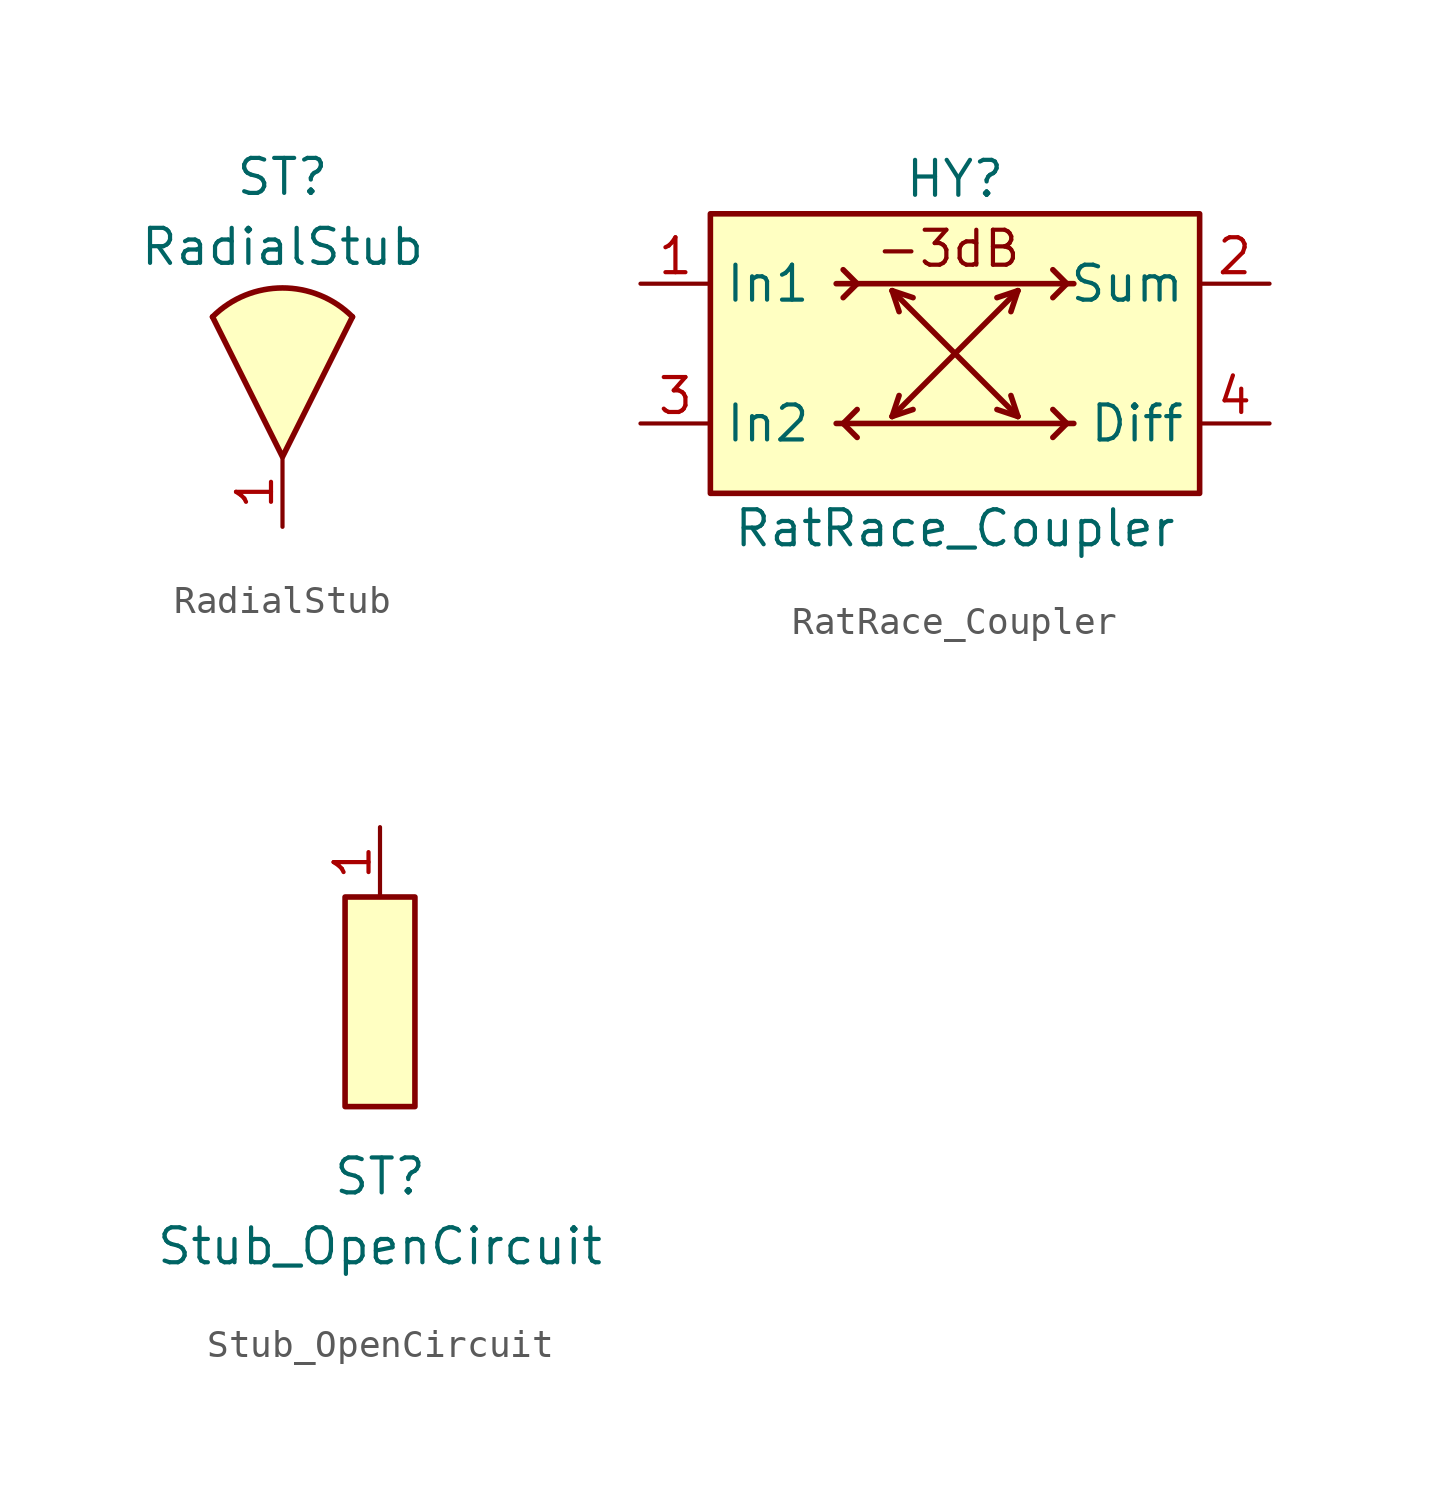
<source format=kicad_sym>
(kicad_symbol_lib
  (version 20211014)
  (generator kicad_symbol_editor)
  (symbol "RadialStub"
    (property "Reference" "ST"
      (at 0 7.62 0)
      (effects (font (size 1.27 1.27))))
    (property "Value" "RadialStub"
      (at 0 5.08 0)
      (effects (font (size 1.27 1.27))))
    (symbol "RadialStub_0_0"
      (polyline (pts (xy 2.54 2.54) (xy 0 -2.54) (xy -2.54 2.54)) (stroke (width 0.203) (type default) (color 0 0 0 0)) (fill (type background)))
      (arc (start 2.54 2.54) (mid 0 3.5896) (end -2.54 2.54) (stroke (width 0.2032) (type default) (color 0 0 0 0)) (fill (type background))))
    (symbol "RadialStub_1_1"
      (pin passive line (at 0 -5.08 90) (length 2.54) (name "" (effects (font (size 1.27 1.27)))) (number "1" (effects (font (size 1.27 1.27)))))))
  (symbol "RatRace_Coupler"
    (property "Reference" "HY"
      (at 0 6.35 0)
      (effects (font (size 1.27 1.27))))
    (property "Value" "RatRace_Coupler"
      (at 0 -6.35 0)
      (effects (font (size 1.27 1.27))))
    (symbol "RatRace_Coupler_0_0"
      (text "-3dB" (at -0.254 3.81 0) (effects (font (size 1.27 1.27)))))
    (symbol "RatRace_Coupler_0_1"
      (rectangle (start -8.89 5.08) (end 8.89 -5.08) (stroke (width 0.203) (type default) (color 0 0 0 0)) (fill (type background)))
      (polyline (pts (xy -4.318 -2.54) (xy 4.318 -2.54)) (stroke (width 0.203) (type default) (color 0 0 0 0)) (fill (type none)))
      (polyline (pts (xy -4.318 2.54) (xy 4.318 2.54)) (stroke (width 0.203) (type default) (color 0 0 0 0)) (fill (type none)))
      (polyline (pts (xy -4.064 -2.54) (xy -3.556 -3.048)) (stroke (width 0.203) (type default) (color 0 0 0 0)) (fill (type none)))
      (polyline (pts (xy -4.064 -2.54) (xy -3.556 -2.032)) (stroke (width 0.203) (type default) (color 0 0 0 0)) (fill (type none)))
      (polyline (pts (xy -3.556 2.54) (xy -4.064 2.032)) (stroke (width 0.203) (type default) (color 0 0 0 0)) (fill (type none)))
      (polyline (pts (xy -3.556 2.54) (xy -4.064 3.048)) (stroke (width 0.203) (type default) (color 0 0 0 0)) (fill (type none)))
      (polyline (pts (xy -2.286 -2.286) (xy -2.032 -1.524)) (stroke (width 0.203) (type default) (color 0 0 0 0)) (fill (type none)))
      (polyline (pts (xy -2.286 -2.286) (xy -1.524 -2.032)) (stroke (width 0.203) (type default) (color 0 0 0 0)) (fill (type none)))
      (polyline (pts (xy -2.286 -2.286) (xy 2.286 2.286)) (stroke (width 0.203) (type default) (color 0 0 0 0)) (fill (type none)))
      (polyline (pts (xy -2.286 2.286) (xy -2.032 1.524)) (stroke (width 0.203) (type default) (color 0 0 0 0)) (fill (type none)))
      (polyline (pts (xy -2.286 2.286) (xy -1.524 2.032)) (stroke (width 0.203) (type default) (color 0 0 0 0)) (fill (type none)))
      (polyline (pts (xy -2.286 2.286) (xy 2.286 -2.286)) (stroke (width 0.203) (type default) (color 0 0 0 0)) (fill (type none)))
      (polyline (pts (xy 2.286 -2.286) (xy 1.524 -2.032)) (stroke (width 0.203) (type default) (color 0 0 0 0)) (fill (type none)))
      (polyline (pts (xy 2.286 -2.286) (xy 2.032 -1.524)) (stroke (width 0.203) (type default) (color 0 0 0 0)) (fill (type none)))
      (polyline (pts (xy 2.286 2.286) (xy 1.524 2.032)) (stroke (width 0.203) (type default) (color 0 0 0 0)) (fill (type none)))
      (polyline (pts (xy 2.286 2.286) (xy 2.032 1.524)) (stroke (width 0.203) (type default) (color 0 0 0 0)) (fill (type none)))
      (polyline (pts (xy 4.064 -2.54) (xy 3.556 -3.048)) (stroke (width 0.203) (type default) (color 0 0 0 0)) (fill (type none)))
      (polyline (pts (xy 4.064 -2.54) (xy 3.556 -2.032)) (stroke (width 0.203) (type default) (color 0 0 0 0)) (fill (type none)))
      (polyline (pts (xy 4.064 2.54) (xy 3.556 2.032)) (stroke (width 0.203) (type default) (color 0 0 0 0)) (fill (type none)))
      (polyline (pts (xy 4.064 2.54) (xy 3.556 3.048)) (stroke (width 0.203) (type default) (color 0 0 0 0)) (fill (type none))))
    (symbol "RatRace_Coupler_1_1"
      (pin passive line (at -11.43 2.54 0) (length 2.54) (name "In1" (effects (font (size 1.27 1.27)))) (number "1" (effects (font (size 1.27 1.27)))))
      (pin passive line (at 11.43 2.54 180) (length 2.54) (name "Sum" (effects (font (size 1.27 1.27)))) (number "2" (effects (font (size 1.27 1.27)))))
      (pin passive line (at -11.43 -2.54 0) (length 2.54) (name "In2" (effects (font (size 1.27 1.27)))) (number "3" (effects (font (size 1.27 1.27)))))
      (pin passive line (at 11.43 -2.54 180) (length 2.54) (name "Diff" (effects (font (size 1.27 1.27)))) (number "4" (effects (font (size 1.27 1.27)))))))
  (symbol "Stub_OpenCircuit"
    (property "Reference" "ST"
      (at 0 -6.35 0)
      (effects (font (size 1.27 1.27))))
    (property "Value" "Stub_OpenCircuit"
      (at 0 -8.89 0)
      (effects (font (size 1.27 1.27))))
    (symbol "Stub_OpenCircuit_0_0"
      (rectangle (start -1.27 3.81) (end 1.27 -3.81) (stroke (width 0.203) (type default) (color 0 0 0 0)) (fill (type background))))
    (symbol "Stub_OpenCircuit_1_1"
      (pin passive line (at 0 6.35 270) (length 2.54) (name "" (effects (font (size 1.27 1.27)))) (number "1" (effects (font (size 1.27 1.27))))))))
</source>
